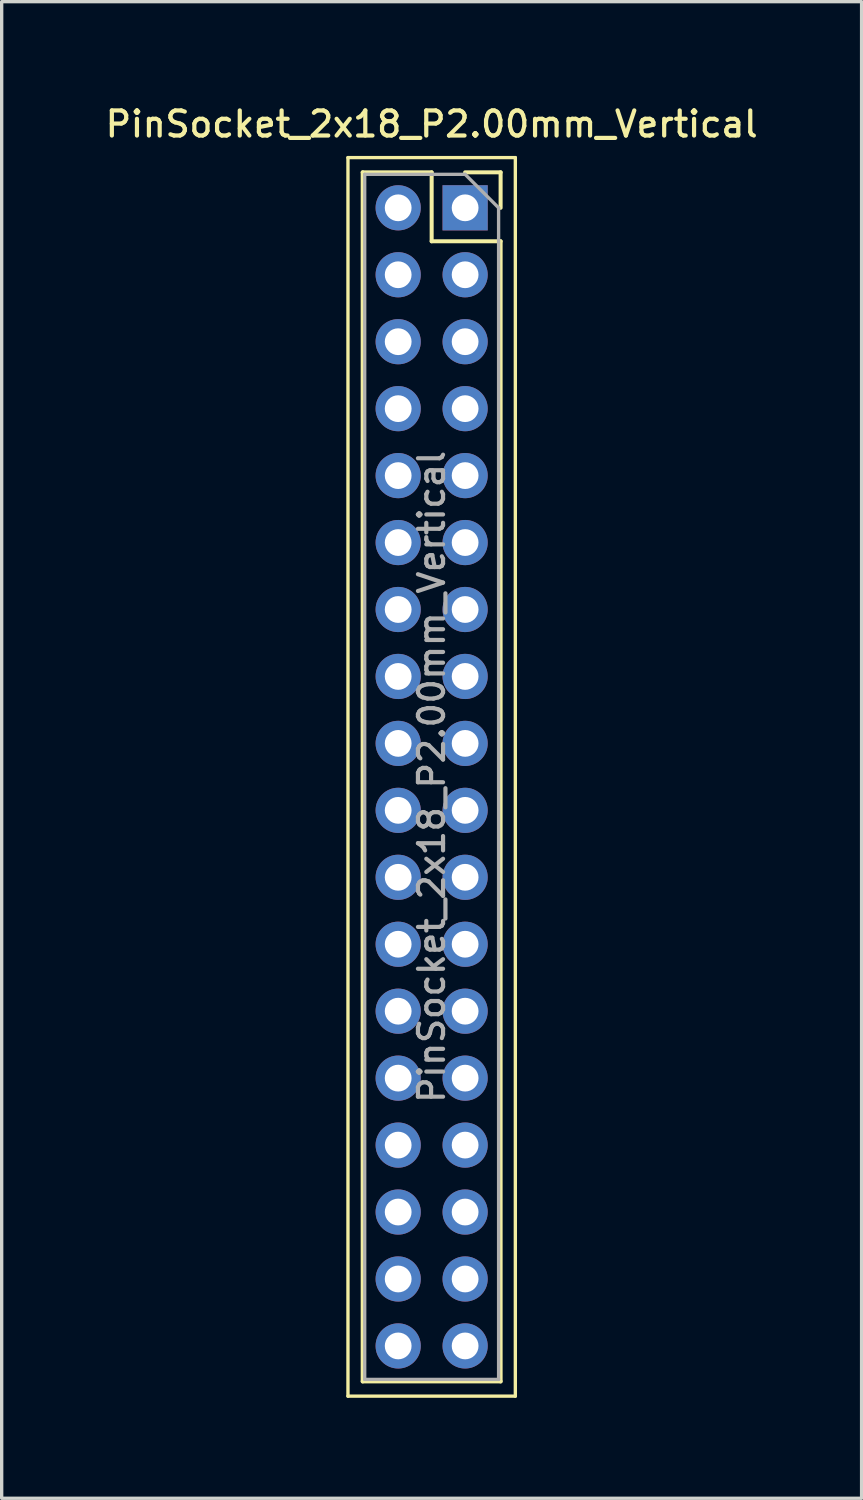
<source format=kicad_pcb>
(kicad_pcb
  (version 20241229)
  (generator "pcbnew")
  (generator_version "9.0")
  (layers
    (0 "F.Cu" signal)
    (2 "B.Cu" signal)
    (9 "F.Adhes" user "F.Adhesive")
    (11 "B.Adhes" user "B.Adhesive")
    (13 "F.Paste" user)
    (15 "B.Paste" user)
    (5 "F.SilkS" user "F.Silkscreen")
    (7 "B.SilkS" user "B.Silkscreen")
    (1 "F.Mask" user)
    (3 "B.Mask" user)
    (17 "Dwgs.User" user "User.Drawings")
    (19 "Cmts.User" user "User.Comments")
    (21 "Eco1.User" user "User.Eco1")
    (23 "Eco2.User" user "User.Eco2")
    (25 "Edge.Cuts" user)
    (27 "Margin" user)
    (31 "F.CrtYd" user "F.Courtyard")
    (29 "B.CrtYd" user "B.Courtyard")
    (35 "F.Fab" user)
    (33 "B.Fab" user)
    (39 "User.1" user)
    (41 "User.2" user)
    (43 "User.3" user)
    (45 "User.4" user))
  (footprint "PinSocket_2x18_P2.00mm_Vertical"
    (layer "F.Cu")
    (at 10.845 3.158)
    (property "Reference" "PinSocket_2x18_P2.00mm_Vertical" (at -1 -2.5 0) (layer "F.SilkS") (effects (font (size 0.75 0.75) (thickness 0.125))))
    (attr through_hole)
    (fp_line (start -3.5 -1.5) (end 1.5 -1.5) (stroke (width 0.1) (type solid)) (layer "F.SilkS"))
    (fp_line (start -3.5 35.5) (end -3.5 -1.5) (stroke (width 0.1) (type solid)) (layer "F.SilkS"))
    (fp_line (start -3.06 -1.06) (end -3.06 35.06) (stroke (width 0.12) (type solid)) (layer "F.SilkS"))
    (fp_line (start -3.06 -1.06) (end -1 -1.06) (stroke (width 0.12) (type solid)) (layer "F.SilkS"))
    (fp_line (start -3.06 35.06) (end 1.06 35.06) (stroke (width 0.12) (type solid)) (layer "F.SilkS"))
    (fp_line (start -1 -1.06) (end -1 1) (stroke (width 0.12) (type solid)) (layer "F.SilkS"))
    (fp_line (start -1 1) (end 1.06 1) (stroke (width 0.12) (type solid)) (layer "F.SilkS"))
    (fp_line (start 0 -1.06) (end 1.06 -1.06) (stroke (width 0.12) (type solid)) (layer "F.SilkS"))
    (fp_line (start 1.06 -1.06) (end 1.06 0) (stroke (width 0.12) (type solid)) (layer "F.SilkS"))
    (fp_line (start 1.06 1) (end 1.06 35.06) (stroke (width 0.12) (type solid)) (layer "F.SilkS"))
    (fp_line (start 1.5 -1.5) (end 1.5 35.5) (stroke (width 0.1) (type solid)) (layer "F.SilkS"))
    (fp_line (start 1.5 35.5) (end -3.5 35.5) (stroke (width 0.1) (type solid)) (layer "F.SilkS"))
    (fp_line (start -3 -1) (end 0 -1) (stroke (width 0.1) (type solid)) (layer "F.Fab"))
    (fp_line (start -3 35) (end -3 -1) (stroke (width 0.1) (type solid)) (layer "F.Fab"))
    (fp_line (start 0 -1) (end 1 0) (stroke (width 0.1) (type solid)) (layer "F.Fab"))
    (fp_line (start 1 0) (end 1 35) (stroke (width 0.1) (type solid)) (layer "F.Fab"))
    (fp_line (start 1 35) (end -3 35) (stroke (width 0.1) (type solid)) (layer "F.Fab"))
    (fp_text user "${REFERENCE}" (at -1 17 90) (layer "F.Fab") (effects (font (size 0.75 0.75) (thickness 0.125))))
    (pad "1" thru_hole rect (at 0 0) (size 1.35 1.35) (drill 0.8) (layers "*.Cu" "*.Mask"))
    (pad "2" thru_hole oval (at -2 0) (size 1.35 1.35) (drill 0.8) (layers "*.Cu" "*.Mask"))
    (pad "3" thru_hole oval (at 0 2) (size 1.35 1.35) (drill 0.8) (layers "*.Cu" "*.Mask"))
    (pad "4" thru_hole oval (at -2 2) (size 1.35 1.35) (drill 0.8) (layers "*.Cu" "*.Mask"))
    (pad "5" thru_hole oval (at 0 4) (size 1.35 1.35) (drill 0.8) (layers "*.Cu" "*.Mask"))
    (pad "6" thru_hole oval (at -2 4) (size 1.35 1.35) (drill 0.8) (layers "*.Cu" "*.Mask"))
    (pad "7" thru_hole oval (at 0 6) (size 1.35 1.35) (drill 0.8) (layers "*.Cu" "*.Mask"))
    (pad "8" thru_hole oval (at -2 6) (size 1.35 1.35) (drill 0.8) (layers "*.Cu" "*.Mask"))
    (pad "9" thru_hole oval (at 0 8) (size 1.35 1.35) (drill 0.8) (layers "*.Cu" "*.Mask"))
    (pad "10" thru_hole oval (at -2 8) (size 1.35 1.35) (drill 0.8) (layers "*.Cu" "*.Mask"))
    (pad "11" thru_hole oval (at 0 10) (size 1.35 1.35) (drill 0.8) (layers "*.Cu" "*.Mask"))
    (pad "12" thru_hole oval (at -2 10) (size 1.35 1.35) (drill 0.8) (layers "*.Cu" "*.Mask"))
    (pad "13" thru_hole oval (at 0 12) (size 1.35 1.35) (drill 0.8) (layers "*.Cu" "*.Mask"))
    (pad "14" thru_hole oval (at -2 12) (size 1.35 1.35) (drill 0.8) (layers "*.Cu" "*.Mask"))
    (pad "15" thru_hole oval (at 0 14) (size 1.35 1.35) (drill 0.8) (layers "*.Cu" "*.Mask"))
    (pad "16" thru_hole oval (at -2 14) (size 1.35 1.35) (drill 0.8) (layers "*.Cu" "*.Mask"))
    (pad "17" thru_hole oval (at 0 16) (size 1.35 1.35) (drill 0.8) (layers "*.Cu" "*.Mask"))
    (pad "18" thru_hole oval (at -2 16) (size 1.35 1.35) (drill 0.8) (layers "*.Cu" "*.Mask"))
    (pad "19" thru_hole oval (at 0 18) (size 1.35 1.35) (drill 0.8) (layers "*.Cu" "*.Mask"))
    (pad "20" thru_hole oval (at -2 18) (size 1.35 1.35) (drill 0.8) (layers "*.Cu" "*.Mask"))
    (pad "21" thru_hole oval (at 0 20) (size 1.35 1.35) (drill 0.8) (layers "*.Cu" "*.Mask"))
    (pad "22" thru_hole oval (at -2 20) (size 1.35 1.35) (drill 0.8) (layers "*.Cu" "*.Mask"))
    (pad "23" thru_hole oval (at 0 22) (size 1.35 1.35) (drill 0.8) (layers "*.Cu" "*.Mask"))
    (pad "24" thru_hole oval (at -2 22) (size 1.35 1.35) (drill 0.8) (layers "*.Cu" "*.Mask"))
    (pad "25" thru_hole oval (at 0 24) (size 1.35 1.35) (drill 0.8) (layers "*.Cu" "*.Mask"))
    (pad "26" thru_hole oval (at -2 24) (size 1.35 1.35) (drill 0.8) (layers "*.Cu" "*.Mask"))
    (pad "27" thru_hole oval (at 0 26) (size 1.35 1.35) (drill 0.8) (layers "*.Cu" "*.Mask"))
    (pad "28" thru_hole oval (at -2 26) (size 1.35 1.35) (drill 0.8) (layers "*.Cu" "*.Mask"))
    (pad "29" thru_hole oval (at 0 28) (size 1.35 1.35) (drill 0.8) (layers "*.Cu" "*.Mask"))
    (pad "30" thru_hole oval (at -2 28) (size 1.35 1.35) (drill 0.8) (layers "*.Cu" "*.Mask"))
    (pad "31" thru_hole oval (at 0 30) (size 1.35 1.35) (drill 0.8) (layers "*.Cu" "*.Mask"))
    (pad "32" thru_hole oval (at -2 30) (size 1.35 1.35) (drill 0.8) (layers "*.Cu" "*.Mask"))
    (pad "33" thru_hole oval (at 0 32) (size 1.35 1.35) (drill 0.8) (layers "*.Cu" "*.Mask"))
    (pad "34" thru_hole oval (at -2 32) (size 1.35 1.35) (drill 0.8) (layers "*.Cu" "*.Mask"))
    (pad "35" thru_hole oval (at 0 34) (size 1.35 1.35) (drill 0.8) (layers "*.Cu" "*.Mask"))
    (pad "36" thru_hole oval (at -2 34) (size 1.35 1.35) (drill 0.8) (layers "*.Cu" "*.Mask")))
  (gr_rect
    (start -3 -3)
    (end 22.689 41.708)
    (stroke (width 0.1) (type default))
    (fill no)
    (layer "Edge.Cuts")))
</source>
